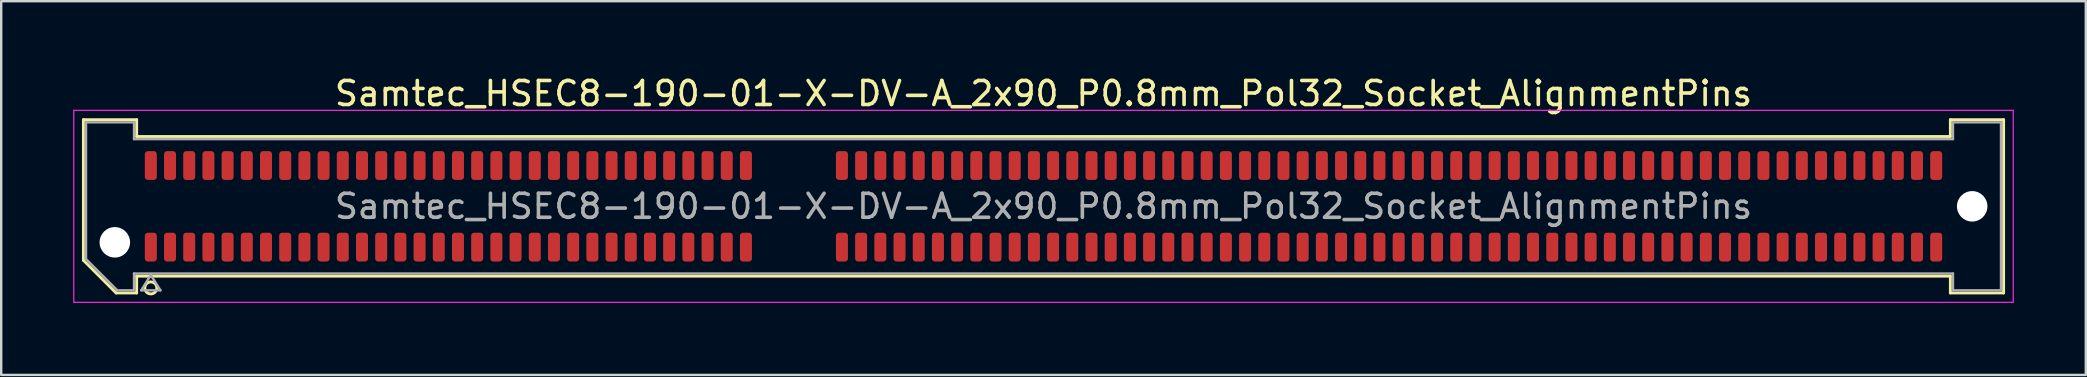
<source format=kicad_pcb>
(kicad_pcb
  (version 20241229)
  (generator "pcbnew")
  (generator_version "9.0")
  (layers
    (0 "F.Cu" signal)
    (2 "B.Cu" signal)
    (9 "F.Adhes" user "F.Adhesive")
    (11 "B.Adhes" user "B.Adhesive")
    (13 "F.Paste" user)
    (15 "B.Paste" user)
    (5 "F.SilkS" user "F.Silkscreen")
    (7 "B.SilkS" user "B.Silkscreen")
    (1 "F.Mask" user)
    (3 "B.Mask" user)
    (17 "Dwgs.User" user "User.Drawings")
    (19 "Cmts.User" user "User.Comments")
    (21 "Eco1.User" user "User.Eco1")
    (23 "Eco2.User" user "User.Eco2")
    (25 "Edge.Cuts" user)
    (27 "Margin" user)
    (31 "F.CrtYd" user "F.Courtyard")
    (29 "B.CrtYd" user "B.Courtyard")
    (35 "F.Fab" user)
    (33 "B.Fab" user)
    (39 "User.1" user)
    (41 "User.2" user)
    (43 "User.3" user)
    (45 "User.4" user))
  (footprint "Samtec_HSEC8-190-01-X-DV-A_2x90_P0.8mm_Pol32_Socket_AlignmentPins"
    (layer "F.Cu")
    (at 40.435 5.548)
    (property "Reference" "Samtec_HSEC8-190-01-X-DV-A_2x90_P0.8mm_Pol32_Socket_AlignmentPins" (at 0 -4.7 0) (layer "F.SilkS") (effects (font (size 1 1) (thickness 0.15))))
    (attr smd)
    (fp_line (start -40.01 -3.61) (end -37.79 -3.61) (stroke (width 0.12) (type solid)) (layer "F.SilkS"))
    (fp_line (start -40.01 2.246) (end -40.01 -3.61) (stroke (width 0.12) (type solid)) (layer "F.SilkS"))
    (fp_line (start -38.646 3.61) (end -40.01 2.246) (stroke (width 0.12) (type solid)) (layer "F.SilkS"))
    (fp_line (start -37.79 -3.61) (end -37.79 -2.91) (stroke (width 0.12) (type solid)) (layer "F.SilkS"))
    (fp_line (start -37.79 -2.91) (end 37.79 -2.91) (stroke (width 0.12) (type solid)) (layer "F.SilkS"))
    (fp_line (start -37.79 2.91) (end -37.79 3.61) (stroke (width 0.12) (type solid)) (layer "F.SilkS"))
    (fp_line (start -37.79 3.61) (end -38.646 3.61) (stroke (width 0.12) (type solid)) (layer "F.SilkS"))
    (fp_line (start 37.79 -3.61) (end 40.01 -3.61) (stroke (width 0.12) (type solid)) (layer "F.SilkS"))
    (fp_line (start 37.79 -2.91) (end 37.79 -3.61) (stroke (width 0.12) (type solid)) (layer "F.SilkS"))
    (fp_line (start 37.79 2.91) (end -37.79 2.91) (stroke (width 0.12) (type solid)) (layer "F.SilkS"))
    (fp_line (start 37.79 3.61) (end 37.79 2.91) (stroke (width 0.12) (type solid)) (layer "F.SilkS"))
    (fp_line (start 40.01 -3.61) (end 40.01 3.61) (stroke (width 0.12) (type solid)) (layer "F.SilkS"))
    (fp_line (start 40.01 3.61) (end 37.79 3.61) (stroke (width 0.12) (type solid)) (layer "F.SilkS"))
    (fp_circle (center -37.2 3.4) (end -36.95 3.4) (stroke (width 0.12) (type solid)) (fill no) (layer "F.SilkS"))
    (fp_line (start -40.41 -4) (end -40.41 4) (stroke (width 0.05) (type solid)) (layer "F.CrtYd"))
    (fp_line (start -40.41 4) (end 40.41 4) (stroke (width 0.05) (type solid)) (layer "F.CrtYd"))
    (fp_line (start 40.41 -4) (end -40.41 -4) (stroke (width 0.05) (type solid)) (layer "F.CrtYd"))
    (fp_line (start 40.41 4) (end 40.41 -4) (stroke (width 0.05) (type solid)) (layer "F.CrtYd"))
    (fp_line (start -39.9 -3.5) (end -37.9 -3.5) (stroke (width 0.1) (type solid)) (layer "F.Fab"))
    (fp_line (start -39.9 2.2) (end -39.9 -3.5) (stroke (width 0.1) (type solid)) (layer "F.Fab"))
    (fp_line (start -38.6 3.5) (end -39.9 2.2) (stroke (width 0.1) (type solid)) (layer "F.Fab"))
    (fp_line (start -37.9 -3.5) (end -37.9 -2.8) (stroke (width 0.1) (type solid)) (layer "F.Fab"))
    (fp_line (start -37.9 -2.8) (end 37.9 -2.8) (stroke (width 0.1) (type solid)) (layer "F.Fab"))
    (fp_line (start -37.9 2.8) (end -37.9 3.5) (stroke (width 0.1) (type solid)) (layer "F.Fab"))
    (fp_line (start -37.9 3.5) (end -38.6 3.5) (stroke (width 0.1) (type solid)) (layer "F.Fab"))
    (fp_line (start -37.6 3.5) (end -37.2 2.86) (stroke (width 0.1) (type solid)) (layer "F.Fab"))
    (fp_line (start -37.2 2.86) (end -36.8 3.5) (stroke (width 0.1) (type solid)) (layer "F.Fab"))
    (fp_line (start -36.8 3.5) (end -37.6 3.5) (stroke (width 0.1) (type solid)) (layer "F.Fab"))
    (fp_line (start 37.9 -3.5) (end 39.9 -3.5) (stroke (width 0.1) (type solid)) (layer "F.Fab"))
    (fp_line (start 37.9 -2.8) (end 37.9 -3.5) (stroke (width 0.1) (type solid)) (layer "F.Fab"))
    (fp_line (start 37.9 2.8) (end -37.9 2.8) (stroke (width 0.1) (type solid)) (layer "F.Fab"))
    (fp_line (start 37.9 3.5) (end 37.9 2.8) (stroke (width 0.1) (type solid)) (layer "F.Fab"))
    (fp_line (start 39.9 -3.5) (end 39.9 3.5) (stroke (width 0.1) (type solid)) (layer "F.Fab"))
    (fp_line (start 39.9 3.5) (end 37.9 3.5) (stroke (width 0.1) (type solid)) (layer "F.Fab"))
    (fp_text user "${REFERENCE}" (at 0 0 0) (layer "F.Fab") (effects (font (size 1 1) (thickness 0.15))))
    (pad "" np_thru_hole circle (at -38.7 1.5) (size 1.27 1.27) (drill 1.27) (layers "*.Cu" "*.Mask"))
    (pad "" np_thru_hole circle (at 38.7 0) (size 1.27 1.27) (drill 1.27) (layers "*.Cu" "*.Mask"))
    (pad "1" smd roundrect (at -37.2 1.7) (size 0.5 1.2) (layers "F.Cu" "F.Mask" "F.Paste") (roundrect_rratio 0.25))
    (pad "2" smd roundrect (at -37.2 -1.7) (size 0.5 1.2) (layers "F.Cu" "F.Mask" "F.Paste") (roundrect_rratio 0.25))
    (pad "3" smd roundrect (at -36.4 1.7) (size 0.5 1.2) (layers "F.Cu" "F.Mask" "F.Paste") (roundrect_rratio 0.25))
    (pad "4" smd roundrect (at -36.4 -1.7) (size 0.5 1.2) (layers "F.Cu" "F.Mask" "F.Paste") (roundrect_rratio 0.25))
    (pad "5" smd roundrect (at -35.6 1.7) (size 0.5 1.2) (layers "F.Cu" "F.Mask" "F.Paste") (roundrect_rratio 0.25))
    (pad "6" smd roundrect (at -35.6 -1.7) (size 0.5 1.2) (layers "F.Cu" "F.Mask" "F.Paste") (roundrect_rratio 0.25))
    (pad "7" smd roundrect (at -34.8 1.7) (size 0.5 1.2) (layers "F.Cu" "F.Mask" "F.Paste") (roundrect_rratio 0.25))
    (pad "8" smd roundrect (at -34.8 -1.7) (size 0.5 1.2) (layers "F.Cu" "F.Mask" "F.Paste") (roundrect_rratio 0.25))
    (pad "9" smd roundrect (at -34 1.7) (size 0.5 1.2) (layers "F.Cu" "F.Mask" "F.Paste") (roundrect_rratio 0.25))
    (pad "10" smd roundrect (at -34 -1.7) (size 0.5 1.2) (layers "F.Cu" "F.Mask" "F.Paste") (roundrect_rratio 0.25))
    (pad "11" smd roundrect (at -33.2 1.7) (size 0.5 1.2) (layers "F.Cu" "F.Mask" "F.Paste") (roundrect_rratio 0.25))
    (pad "12" smd roundrect (at -33.2 -1.7) (size 0.5 1.2) (layers "F.Cu" "F.Mask" "F.Paste") (roundrect_rratio 0.25))
    (pad "13" smd roundrect (at -32.4 1.7) (size 0.5 1.2) (layers "F.Cu" "F.Mask" "F.Paste") (roundrect_rratio 0.25))
    (pad "14" smd roundrect (at -32.4 -1.7) (size 0.5 1.2) (layers "F.Cu" "F.Mask" "F.Paste") (roundrect_rratio 0.25))
    (pad "15" smd roundrect (at -31.6 1.7) (size 0.5 1.2) (layers "F.Cu" "F.Mask" "F.Paste") (roundrect_rratio 0.25))
    (pad "16" smd roundrect (at -31.6 -1.7) (size 0.5 1.2) (layers "F.Cu" "F.Mask" "F.Paste") (roundrect_rratio 0.25))
    (pad "17" smd roundrect (at -30.8 1.7) (size 0.5 1.2) (layers "F.Cu" "F.Mask" "F.Paste") (roundrect_rratio 0.25))
    (pad "18" smd roundrect (at -30.8 -1.7) (size 0.5 1.2) (layers "F.Cu" "F.Mask" "F.Paste") (roundrect_rratio 0.25))
    (pad "19" smd roundrect (at -30 1.7) (size 0.5 1.2) (layers "F.Cu" "F.Mask" "F.Paste") (roundrect_rratio 0.25))
    (pad "20" smd roundrect (at -30 -1.7) (size 0.5 1.2) (layers "F.Cu" "F.Mask" "F.Paste") (roundrect_rratio 0.25))
    (pad "21" smd roundrect (at -29.2 1.7) (size 0.5 1.2) (layers "F.Cu" "F.Mask" "F.Paste") (roundrect_rratio 0.25))
    (pad "22" smd roundrect (at -29.2 -1.7) (size 0.5 1.2) (layers "F.Cu" "F.Mask" "F.Paste") (roundrect_rratio 0.25))
    (pad "23" smd roundrect (at -28.4 1.7) (size 0.5 1.2) (layers "F.Cu" "F.Mask" "F.Paste") (roundrect_rratio 0.25))
    (pad "24" smd roundrect (at -28.4 -1.7) (size 0.5 1.2) (layers "F.Cu" "F.Mask" "F.Paste") (roundrect_rratio 0.25))
    (pad "25" smd roundrect (at -27.6 1.7) (size 0.5 1.2) (layers "F.Cu" "F.Mask" "F.Paste") (roundrect_rratio 0.25))
    (pad "26" smd roundrect (at -27.6 -1.7) (size 0.5 1.2) (layers "F.Cu" "F.Mask" "F.Paste") (roundrect_rratio 0.25))
    (pad "27" smd roundrect (at -26.8 1.7) (size 0.5 1.2) (layers "F.Cu" "F.Mask" "F.Paste") (roundrect_rratio 0.25))
    (pad "28" smd roundrect (at -26.8 -1.7) (size 0.5 1.2) (layers "F.Cu" "F.Mask" "F.Paste") (roundrect_rratio 0.25))
    (pad "29" smd roundrect (at -26 1.7) (size 0.5 1.2) (layers "F.Cu" "F.Mask" "F.Paste") (roundrect_rratio 0.25))
    (pad "30" smd roundrect (at -26 -1.7) (size 0.5 1.2) (layers "F.Cu" "F.Mask" "F.Paste") (roundrect_rratio 0.25))
    (pad "31" smd roundrect (at -25.2 1.7) (size 0.5 1.2) (layers "F.Cu" "F.Mask" "F.Paste") (roundrect_rratio 0.25))
    (pad "32" smd roundrect (at -25.2 -1.7) (size 0.5 1.2) (layers "F.Cu" "F.Mask" "F.Paste") (roundrect_rratio 0.25))
    (pad "33" smd roundrect (at -24.4 1.7) (size 0.5 1.2) (layers "F.Cu" "F.Mask" "F.Paste") (roundrect_rratio 0.25))
    (pad "34" smd roundrect (at -24.4 -1.7) (size 0.5 1.2) (layers "F.Cu" "F.Mask" "F.Paste") (roundrect_rratio 0.25))
    (pad "35" smd roundrect (at -23.6 1.7) (size 0.5 1.2) (layers "F.Cu" "F.Mask" "F.Paste") (roundrect_rratio 0.25))
    (pad "36" smd roundrect (at -23.6 -1.7) (size 0.5 1.2) (layers "F.Cu" "F.Mask" "F.Paste") (roundrect_rratio 0.25))
    (pad "37" smd roundrect (at -22.8 1.7) (size 0.5 1.2) (layers "F.Cu" "F.Mask" "F.Paste") (roundrect_rratio 0.25))
    (pad "38" smd roundrect (at -22.8 -1.7) (size 0.5 1.2) (layers "F.Cu" "F.Mask" "F.Paste") (roundrect_rratio 0.25))
    (pad "39" smd roundrect (at -22 1.7) (size 0.5 1.2) (layers "F.Cu" "F.Mask" "F.Paste") (roundrect_rratio 0.25))
    (pad "40" smd roundrect (at -22 -1.7) (size 0.5 1.2) (layers "F.Cu" "F.Mask" "F.Paste") (roundrect_rratio 0.25))
    (pad "41" smd roundrect (at -21.2 1.7) (size 0.5 1.2) (layers "F.Cu" "F.Mask" "F.Paste") (roundrect_rratio 0.25))
    (pad "42" smd roundrect (at -21.2 -1.7) (size 0.5 1.2) (layers "F.Cu" "F.Mask" "F.Paste") (roundrect_rratio 0.25))
    (pad "43" smd roundrect (at -20.4 1.7) (size 0.5 1.2) (layers "F.Cu" "F.Mask" "F.Paste") (roundrect_rratio 0.25))
    (pad "44" smd roundrect (at -20.4 -1.7) (size 0.5 1.2) (layers "F.Cu" "F.Mask" "F.Paste") (roundrect_rratio 0.25))
    (pad "45" smd roundrect (at -19.6 1.7) (size 0.5 1.2) (layers "F.Cu" "F.Mask" "F.Paste") (roundrect_rratio 0.25))
    (pad "46" smd roundrect (at -19.6 -1.7) (size 0.5 1.2) (layers "F.Cu" "F.Mask" "F.Paste") (roundrect_rratio 0.25))
    (pad "47" smd roundrect (at -18.8 1.7) (size 0.5 1.2) (layers "F.Cu" "F.Mask" "F.Paste") (roundrect_rratio 0.25))
    (pad "48" smd roundrect (at -18.8 -1.7) (size 0.5 1.2) (layers "F.Cu" "F.Mask" "F.Paste") (roundrect_rratio 0.25))
    (pad "49" smd roundrect (at -18 1.7) (size 0.5 1.2) (layers "F.Cu" "F.Mask" "F.Paste") (roundrect_rratio 0.25))
    (pad "50" smd roundrect (at -18 -1.7) (size 0.5 1.2) (layers "F.Cu" "F.Mask" "F.Paste") (roundrect_rratio 0.25))
    (pad "51" smd roundrect (at -17.2 1.7) (size 0.5 1.2) (layers "F.Cu" "F.Mask" "F.Paste") (roundrect_rratio 0.25))
    (pad "52" smd roundrect (at -17.2 -1.7) (size 0.5 1.2) (layers "F.Cu" "F.Mask" "F.Paste") (roundrect_rratio 0.25))
    (pad "53" smd roundrect (at -16.4 1.7) (size 0.5 1.2) (layers "F.Cu" "F.Mask" "F.Paste") (roundrect_rratio 0.25))
    (pad "54" smd roundrect (at -16.4 -1.7) (size 0.5 1.2) (layers "F.Cu" "F.Mask" "F.Paste") (roundrect_rratio 0.25))
    (pad "55" smd roundrect (at -15.6 1.7) (size 0.5 1.2) (layers "F.Cu" "F.Mask" "F.Paste") (roundrect_rratio 0.25))
    (pad "56" smd roundrect (at -15.6 -1.7) (size 0.5 1.2) (layers "F.Cu" "F.Mask" "F.Paste") (roundrect_rratio 0.25))
    (pad "57" smd roundrect (at -14.8 1.7) (size 0.5 1.2) (layers "F.Cu" "F.Mask" "F.Paste") (roundrect_rratio 0.25))
    (pad "58" smd roundrect (at -14.8 -1.7) (size 0.5 1.2) (layers "F.Cu" "F.Mask" "F.Paste") (roundrect_rratio 0.25))
    (pad "59" smd roundrect (at -14 1.7) (size 0.5 1.2) (layers "F.Cu" "F.Mask" "F.Paste") (roundrect_rratio 0.25))
    (pad "60" smd roundrect (at -14 -1.7) (size 0.5 1.2) (layers "F.Cu" "F.Mask" "F.Paste") (roundrect_rratio 0.25))
    (pad "61" smd roundrect (at -13.2 1.7) (size 0.5 1.2) (layers "F.Cu" "F.Mask" "F.Paste") (roundrect_rratio 0.25))
    (pad "62" smd roundrect (at -13.2 -1.7) (size 0.5 1.2) (layers "F.Cu" "F.Mask" "F.Paste") (roundrect_rratio 0.25))
    (pad "63" smd roundrect (at -12.4 1.7) (size 0.5 1.2) (layers "F.Cu" "F.Mask" "F.Paste") (roundrect_rratio 0.25))
    (pad "64" smd roundrect (at -12.4 -1.7) (size 0.5 1.2) (layers "F.Cu" "F.Mask" "F.Paste") (roundrect_rratio 0.25))
    (pad "65" smd roundrect (at -8.4 1.7) (size 0.5 1.2) (layers "F.Cu" "F.Mask" "F.Paste") (roundrect_rratio 0.25))
    (pad "66" smd roundrect (at -8.4 -1.7) (size 0.5 1.2) (layers "F.Cu" "F.Mask" "F.Paste") (roundrect_rratio 0.25))
    (pad "67" smd roundrect (at -7.6 1.7) (size 0.5 1.2) (layers "F.Cu" "F.Mask" "F.Paste") (roundrect_rratio 0.25))
    (pad "68" smd roundrect (at -7.6 -1.7) (size 0.5 1.2) (layers "F.Cu" "F.Mask" "F.Paste") (roundrect_rratio 0.25))
    (pad "69" smd roundrect (at -6.8 1.7) (size 0.5 1.2) (layers "F.Cu" "F.Mask" "F.Paste") (roundrect_rratio 0.25))
    (pad "70" smd roundrect (at -6.8 -1.7) (size 0.5 1.2) (layers "F.Cu" "F.Mask" "F.Paste") (roundrect_rratio 0.25))
    (pad "71" smd roundrect (at -6 1.7) (size 0.5 1.2) (layers "F.Cu" "F.Mask" "F.Paste") (roundrect_rratio 0.25))
    (pad "72" smd roundrect (at -6 -1.7) (size 0.5 1.2) (layers "F.Cu" "F.Mask" "F.Paste") (roundrect_rratio 0.25))
    (pad "73" smd roundrect (at -5.2 1.7) (size 0.5 1.2) (layers "F.Cu" "F.Mask" "F.Paste") (roundrect_rratio 0.25))
    (pad "74" smd roundrect (at -5.2 -1.7) (size 0.5 1.2) (layers "F.Cu" "F.Mask" "F.Paste") (roundrect_rratio 0.25))
    (pad "75" smd roundrect (at -4.4 1.7) (size 0.5 1.2) (layers "F.Cu" "F.Mask" "F.Paste") (roundrect_rratio 0.25))
    (pad "76" smd roundrect (at -4.4 -1.7) (size 0.5 1.2) (layers "F.Cu" "F.Mask" "F.Paste") (roundrect_rratio 0.25))
    (pad "77" smd roundrect (at -3.6 1.7) (size 0.5 1.2) (layers "F.Cu" "F.Mask" "F.Paste") (roundrect_rratio 0.25))
    (pad "78" smd roundrect (at -3.6 -1.7) (size 0.5 1.2) (layers "F.Cu" "F.Mask" "F.Paste") (roundrect_rratio 0.25))
    (pad "79" smd roundrect (at -2.8 1.7) (size 0.5 1.2) (layers "F.Cu" "F.Mask" "F.Paste") (roundrect_rratio 0.25))
    (pad "80" smd roundrect (at -2.8 -1.7) (size 0.5 1.2) (layers "F.Cu" "F.Mask" "F.Paste") (roundrect_rratio 0.25))
    (pad "81" smd roundrect (at -2 1.7) (size 0.5 1.2) (layers "F.Cu" "F.Mask" "F.Paste") (roundrect_rratio 0.25))
    (pad "82" smd roundrect (at -2 -1.7) (size 0.5 1.2) (layers "F.Cu" "F.Mask" "F.Paste") (roundrect_rratio 0.25))
    (pad "83" smd roundrect (at -1.2 1.7) (size 0.5 1.2) (layers "F.Cu" "F.Mask" "F.Paste") (roundrect_rratio 0.25))
    (pad "84" smd roundrect (at -1.2 -1.7) (size 0.5 1.2) (layers "F.Cu" "F.Mask" "F.Paste") (roundrect_rratio 0.25))
    (pad "85" smd roundrect (at -0.4 1.7) (size 0.5 1.2) (layers "F.Cu" "F.Mask" "F.Paste") (roundrect_rratio 0.25))
    (pad "86" smd roundrect (at -0.4 -1.7) (size 0.5 1.2) (layers "F.Cu" "F.Mask" "F.Paste") (roundrect_rratio 0.25))
    (pad "87" smd roundrect (at 0.4 1.7) (size 0.5 1.2) (layers "F.Cu" "F.Mask" "F.Paste") (roundrect_rratio 0.25))
    (pad "88" smd roundrect (at 0.4 -1.7) (size 0.5 1.2) (layers "F.Cu" "F.Mask" "F.Paste") (roundrect_rratio 0.25))
    (pad "89" smd roundrect (at 1.2 1.7) (size 0.5 1.2) (layers "F.Cu" "F.Mask" "F.Paste") (roundrect_rratio 0.25))
    (pad "90" smd roundrect (at 1.2 -1.7) (size 0.5 1.2) (layers "F.Cu" "F.Mask" "F.Paste") (roundrect_rratio 0.25))
    (pad "91" smd roundrect (at 2 1.7) (size 0.5 1.2) (layers "F.Cu" "F.Mask" "F.Paste") (roundrect_rratio 0.25))
    (pad "92" smd roundrect (at 2 -1.7) (size 0.5 1.2) (layers "F.Cu" "F.Mask" "F.Paste") (roundrect_rratio 0.25))
    (pad "93" smd roundrect (at 2.8 1.7) (size 0.5 1.2) (layers "F.Cu" "F.Mask" "F.Paste") (roundrect_rratio 0.25))
    (pad "94" smd roundrect (at 2.8 -1.7) (size 0.5 1.2) (layers "F.Cu" "F.Mask" "F.Paste") (roundrect_rratio 0.25))
    (pad "95" smd roundrect (at 3.6 1.7) (size 0.5 1.2) (layers "F.Cu" "F.Mask" "F.Paste") (roundrect_rratio 0.25))
    (pad "96" smd roundrect (at 3.6 -1.7) (size 0.5 1.2) (layers "F.Cu" "F.Mask" "F.Paste") (roundrect_rratio 0.25))
    (pad "97" smd roundrect (at 4.4 1.7) (size 0.5 1.2) (layers "F.Cu" "F.Mask" "F.Paste") (roundrect_rratio 0.25))
    (pad "98" smd roundrect (at 4.4 -1.7) (size 0.5 1.2) (layers "F.Cu" "F.Mask" "F.Paste") (roundrect_rratio 0.25))
    (pad "99" smd roundrect (at 5.2 1.7) (size 0.5 1.2) (layers "F.Cu" "F.Mask" "F.Paste") (roundrect_rratio 0.25))
    (pad "100" smd roundrect (at 5.2 -1.7) (size 0.5 1.2) (layers "F.Cu" "F.Mask" "F.Paste") (roundrect_rratio 0.25))
    (pad "101" smd roundrect (at 6 1.7) (size 0.5 1.2) (layers "F.Cu" "F.Mask" "F.Paste") (roundrect_rratio 0.25))
    (pad "102" smd roundrect (at 6 -1.7) (size 0.5 1.2) (layers "F.Cu" "F.Mask" "F.Paste") (roundrect_rratio 0.25))
    (pad "103" smd roundrect (at 6.8 1.7) (size 0.5 1.2) (layers "F.Cu" "F.Mask" "F.Paste") (roundrect_rratio 0.25))
    (pad "104" smd roundrect (at 6.8 -1.7) (size 0.5 1.2) (layers "F.Cu" "F.Mask" "F.Paste") (roundrect_rratio 0.25))
    (pad "105" smd roundrect (at 7.6 1.7) (size 0.5 1.2) (layers "F.Cu" "F.Mask" "F.Paste") (roundrect_rratio 0.25))
    (pad "106" smd roundrect (at 7.6 -1.7) (size 0.5 1.2) (layers "F.Cu" "F.Mask" "F.Paste") (roundrect_rratio 0.25))
    (pad "107" smd roundrect (at 8.4 1.7) (size 0.5 1.2) (layers "F.Cu" "F.Mask" "F.Paste") (roundrect_rratio 0.25))
    (pad "108" smd roundrect (at 8.4 -1.7) (size 0.5 1.2) (layers "F.Cu" "F.Mask" "F.Paste") (roundrect_rratio 0.25))
    (pad "109" smd roundrect (at 9.2 1.7) (size 0.5 1.2) (layers "F.Cu" "F.Mask" "F.Paste") (roundrect_rratio 0.25))
    (pad "110" smd roundrect (at 9.2 -1.7) (size 0.5 1.2) (layers "F.Cu" "F.Mask" "F.Paste") (roundrect_rratio 0.25))
    (pad "111" smd roundrect (at 10 1.7) (size 0.5 1.2) (layers "F.Cu" "F.Mask" "F.Paste") (roundrect_rratio 0.25))
    (pad "112" smd roundrect (at 10 -1.7) (size 0.5 1.2) (layers "F.Cu" "F.Mask" "F.Paste") (roundrect_rratio 0.25))
    (pad "113" smd roundrect (at 10.8 1.7) (size 0.5 1.2) (layers "F.Cu" "F.Mask" "F.Paste") (roundrect_rratio 0.25))
    (pad "114" smd roundrect (at 10.8 -1.7) (size 0.5 1.2) (layers "F.Cu" "F.Mask" "F.Paste") (roundrect_rratio 0.25))
    (pad "115" smd roundrect (at 11.6 1.7) (size 0.5 1.2) (layers "F.Cu" "F.Mask" "F.Paste") (roundrect_rratio 0.25))
    (pad "116" smd roundrect (at 11.6 -1.7) (size 0.5 1.2) (layers "F.Cu" "F.Mask" "F.Paste") (roundrect_rratio 0.25))
    (pad "117" smd roundrect (at 12.4 1.7) (size 0.5 1.2) (layers "F.Cu" "F.Mask" "F.Paste") (roundrect_rratio 0.25))
    (pad "118" smd roundrect (at 12.4 -1.7) (size 0.5 1.2) (layers "F.Cu" "F.Mask" "F.Paste") (roundrect_rratio 0.25))
    (pad "119" smd roundrect (at 13.2 1.7) (size 0.5 1.2) (layers "F.Cu" "F.Mask" "F.Paste") (roundrect_rratio 0.25))
    (pad "120" smd roundrect (at 13.2 -1.7) (size 0.5 1.2) (layers "F.Cu" "F.Mask" "F.Paste") (roundrect_rratio 0.25))
    (pad "121" smd roundrect (at 14 1.7) (size 0.5 1.2) (layers "F.Cu" "F.Mask" "F.Paste") (roundrect_rratio 0.25))
    (pad "122" smd roundrect (at 14 -1.7) (size 0.5 1.2) (layers "F.Cu" "F.Mask" "F.Paste") (roundrect_rratio 0.25))
    (pad "123" smd roundrect (at 14.8 1.7) (size 0.5 1.2) (layers "F.Cu" "F.Mask" "F.Paste") (roundrect_rratio 0.25))
    (pad "124" smd roundrect (at 14.8 -1.7) (size 0.5 1.2) (layers "F.Cu" "F.Mask" "F.Paste") (roundrect_rratio 0.25))
    (pad "125" smd roundrect (at 15.6 1.7) (size 0.5 1.2) (layers "F.Cu" "F.Mask" "F.Paste") (roundrect_rratio 0.25))
    (pad "126" smd roundrect (at 15.6 -1.7) (size 0.5 1.2) (layers "F.Cu" "F.Mask" "F.Paste") (roundrect_rratio 0.25))
    (pad "127" smd roundrect (at 16.4 1.7) (size 0.5 1.2) (layers "F.Cu" "F.Mask" "F.Paste") (roundrect_rratio 0.25))
    (pad "128" smd roundrect (at 16.4 -1.7) (size 0.5 1.2) (layers "F.Cu" "F.Mask" "F.Paste") (roundrect_rratio 0.25))
    (pad "129" smd roundrect (at 17.2 1.7) (size 0.5 1.2) (layers "F.Cu" "F.Mask" "F.Paste") (roundrect_rratio 0.25))
    (pad "130" smd roundrect (at 17.2 -1.7) (size 0.5 1.2) (layers "F.Cu" "F.Mask" "F.Paste") (roundrect_rratio 0.25))
    (pad "131" smd roundrect (at 18 1.7) (size 0.5 1.2) (layers "F.Cu" "F.Mask" "F.Paste") (roundrect_rratio 0.25))
    (pad "132" smd roundrect (at 18 -1.7) (size 0.5 1.2) (layers "F.Cu" "F.Mask" "F.Paste") (roundrect_rratio 0.25))
    (pad "133" smd roundrect (at 18.8 1.7) (size 0.5 1.2) (layers "F.Cu" "F.Mask" "F.Paste") (roundrect_rratio 0.25))
    (pad "134" smd roundrect (at 18.8 -1.7) (size 0.5 1.2) (layers "F.Cu" "F.Mask" "F.Paste") (roundrect_rratio 0.25))
    (pad "135" smd roundrect (at 19.6 1.7) (size 0.5 1.2) (layers "F.Cu" "F.Mask" "F.Paste") (roundrect_rratio 0.25))
    (pad "136" smd roundrect (at 19.6 -1.7) (size 0.5 1.2) (layers "F.Cu" "F.Mask" "F.Paste") (roundrect_rratio 0.25))
    (pad "137" smd roundrect (at 20.4 1.7) (size 0.5 1.2) (layers "F.Cu" "F.Mask" "F.Paste") (roundrect_rratio 0.25))
    (pad "138" smd roundrect (at 20.4 -1.7) (size 0.5 1.2) (layers "F.Cu" "F.Mask" "F.Paste") (roundrect_rratio 0.25))
    (pad "139" smd roundrect (at 21.2 1.7) (size 0.5 1.2) (layers "F.Cu" "F.Mask" "F.Paste") (roundrect_rratio 0.25))
    (pad "140" smd roundrect (at 21.2 -1.7) (size 0.5 1.2) (layers "F.Cu" "F.Mask" "F.Paste") (roundrect_rratio 0.25))
    (pad "141" smd roundrect (at 22 1.7) (size 0.5 1.2) (layers "F.Cu" "F.Mask" "F.Paste") (roundrect_rratio 0.25))
    (pad "142" smd roundrect (at 22 -1.7) (size 0.5 1.2) (layers "F.Cu" "F.Mask" "F.Paste") (roundrect_rratio 0.25))
    (pad "143" smd roundrect (at 22.8 1.7) (size 0.5 1.2) (layers "F.Cu" "F.Mask" "F.Paste") (roundrect_rratio 0.25))
    (pad "144" smd roundrect (at 22.8 -1.7) (size 0.5 1.2) (layers "F.Cu" "F.Mask" "F.Paste") (roundrect_rratio 0.25))
    (pad "145" smd roundrect (at 23.6 1.7) (size 0.5 1.2) (layers "F.Cu" "F.Mask" "F.Paste") (roundrect_rratio 0.25))
    (pad "146" smd roundrect (at 23.6 -1.7) (size 0.5 1.2) (layers "F.Cu" "F.Mask" "F.Paste") (roundrect_rratio 0.25))
    (pad "147" smd roundrect (at 24.4 1.7) (size 0.5 1.2) (layers "F.Cu" "F.Mask" "F.Paste") (roundrect_rratio 0.25))
    (pad "148" smd roundrect (at 24.4 -1.7) (size 0.5 1.2) (layers "F.Cu" "F.Mask" "F.Paste") (roundrect_rratio 0.25))
    (pad "149" smd roundrect (at 25.2 1.7) (size 0.5 1.2) (layers "F.Cu" "F.Mask" "F.Paste") (roundrect_rratio 0.25))
    (pad "150" smd roundrect (at 25.2 -1.7) (size 0.5 1.2) (layers "F.Cu" "F.Mask" "F.Paste") (roundrect_rratio 0.25))
    (pad "151" smd roundrect (at 26 1.7) (size 0.5 1.2) (layers "F.Cu" "F.Mask" "F.Paste") (roundrect_rratio 0.25))
    (pad "152" smd roundrect (at 26 -1.7) (size 0.5 1.2) (layers "F.Cu" "F.Mask" "F.Paste") (roundrect_rratio 0.25))
    (pad "153" smd roundrect (at 26.8 1.7) (size 0.5 1.2) (layers "F.Cu" "F.Mask" "F.Paste") (roundrect_rratio 0.25))
    (pad "154" smd roundrect (at 26.8 -1.7) (size 0.5 1.2) (layers "F.Cu" "F.Mask" "F.Paste") (roundrect_rratio 0.25))
    (pad "155" smd roundrect (at 27.6 1.7) (size 0.5 1.2) (layers "F.Cu" "F.Mask" "F.Paste") (roundrect_rratio 0.25))
    (pad "156" smd roundrect (at 27.6 -1.7) (size 0.5 1.2) (layers "F.Cu" "F.Mask" "F.Paste") (roundrect_rratio 0.25))
    (pad "157" smd roundrect (at 28.4 1.7) (size 0.5 1.2) (layers "F.Cu" "F.Mask" "F.Paste") (roundrect_rratio 0.25))
    (pad "158" smd roundrect (at 28.4 -1.7) (size 0.5 1.2) (layers "F.Cu" "F.Mask" "F.Paste") (roundrect_rratio 0.25))
    (pad "159" smd roundrect (at 29.2 1.7) (size 0.5 1.2) (layers "F.Cu" "F.Mask" "F.Paste") (roundrect_rratio 0.25))
    (pad "160" smd roundrect (at 29.2 -1.7) (size 0.5 1.2) (layers "F.Cu" "F.Mask" "F.Paste") (roundrect_rratio 0.25))
    (pad "161" smd roundrect (at 30 1.7) (size 0.5 1.2) (layers "F.Cu" "F.Mask" "F.Paste") (roundrect_rratio 0.25))
    (pad "162" smd roundrect (at 30 -1.7) (size 0.5 1.2) (layers "F.Cu" "F.Mask" "F.Paste") (roundrect_rratio 0.25))
    (pad "163" smd roundrect (at 30.8 1.7) (size 0.5 1.2) (layers "F.Cu" "F.Mask" "F.Paste") (roundrect_rratio 0.25))
    (pad "164" smd roundrect (at 30.8 -1.7) (size 0.5 1.2) (layers "F.Cu" "F.Mask" "F.Paste") (roundrect_rratio 0.25))
    (pad "165" smd roundrect (at 31.6 1.7) (size 0.5 1.2) (layers "F.Cu" "F.Mask" "F.Paste") (roundrect_rratio 0.25))
    (pad "166" smd roundrect (at 31.6 -1.7) (size 0.5 1.2) (layers "F.Cu" "F.Mask" "F.Paste") (roundrect_rratio 0.25))
    (pad "167" smd roundrect (at 32.4 1.7) (size 0.5 1.2) (layers "F.Cu" "F.Mask" "F.Paste") (roundrect_rratio 0.25))
    (pad "168" smd roundrect (at 32.4 -1.7) (size 0.5 1.2) (layers "F.Cu" "F.Mask" "F.Paste") (roundrect_rratio 0.25))
    (pad "169" smd roundrect (at 33.2 1.7) (size 0.5 1.2) (layers "F.Cu" "F.Mask" "F.Paste") (roundrect_rratio 0.25))
    (pad "170" smd roundrect (at 33.2 -1.7) (size 0.5 1.2) (layers "F.Cu" "F.Mask" "F.Paste") (roundrect_rratio 0.25))
    (pad "171" smd roundrect (at 34 1.7) (size 0.5 1.2) (layers "F.Cu" "F.Mask" "F.Paste") (roundrect_rratio 0.25))
    (pad "172" smd roundrect (at 34 -1.7) (size 0.5 1.2) (layers "F.Cu" "F.Mask" "F.Paste") (roundrect_rratio 0.25))
    (pad "173" smd roundrect (at 34.8 1.7) (size 0.5 1.2) (layers "F.Cu" "F.Mask" "F.Paste") (roundrect_rratio 0.25))
    (pad "174" smd roundrect (at 34.8 -1.7) (size 0.5 1.2) (layers "F.Cu" "F.Mask" "F.Paste") (roundrect_rratio 0.25))
    (pad "175" smd roundrect (at 35.6 1.7) (size 0.5 1.2) (layers "F.Cu" "F.Mask" "F.Paste") (roundrect_rratio 0.25))
    (pad "176" smd roundrect (at 35.6 -1.7) (size 0.5 1.2) (layers "F.Cu" "F.Mask" "F.Paste") (roundrect_rratio 0.25))
    (pad "177" smd roundrect (at 36.4 1.7) (size 0.5 1.2) (layers "F.Cu" "F.Mask" "F.Paste") (roundrect_rratio 0.25))
    (pad "178" smd roundrect (at 36.4 -1.7) (size 0.5 1.2) (layers "F.Cu" "F.Mask" "F.Paste") (roundrect_rratio 0.25))
    (pad "179" smd roundrect (at 37.2 1.7) (size 0.5 1.2) (layers "F.Cu" "F.Mask" "F.Paste") (roundrect_rratio 0.25))
    (pad "180" smd roundrect (at 37.2 -1.7) (size 0.5 1.2) (layers "F.Cu" "F.Mask" "F.Paste") (roundrect_rratio 0.25)))
  (gr_rect
    (start -3 -3)
    (end 83.87 12.573)
    (stroke (width 0.1) (type default))
    (fill no)
    (layer "Edge.Cuts")))
</source>
